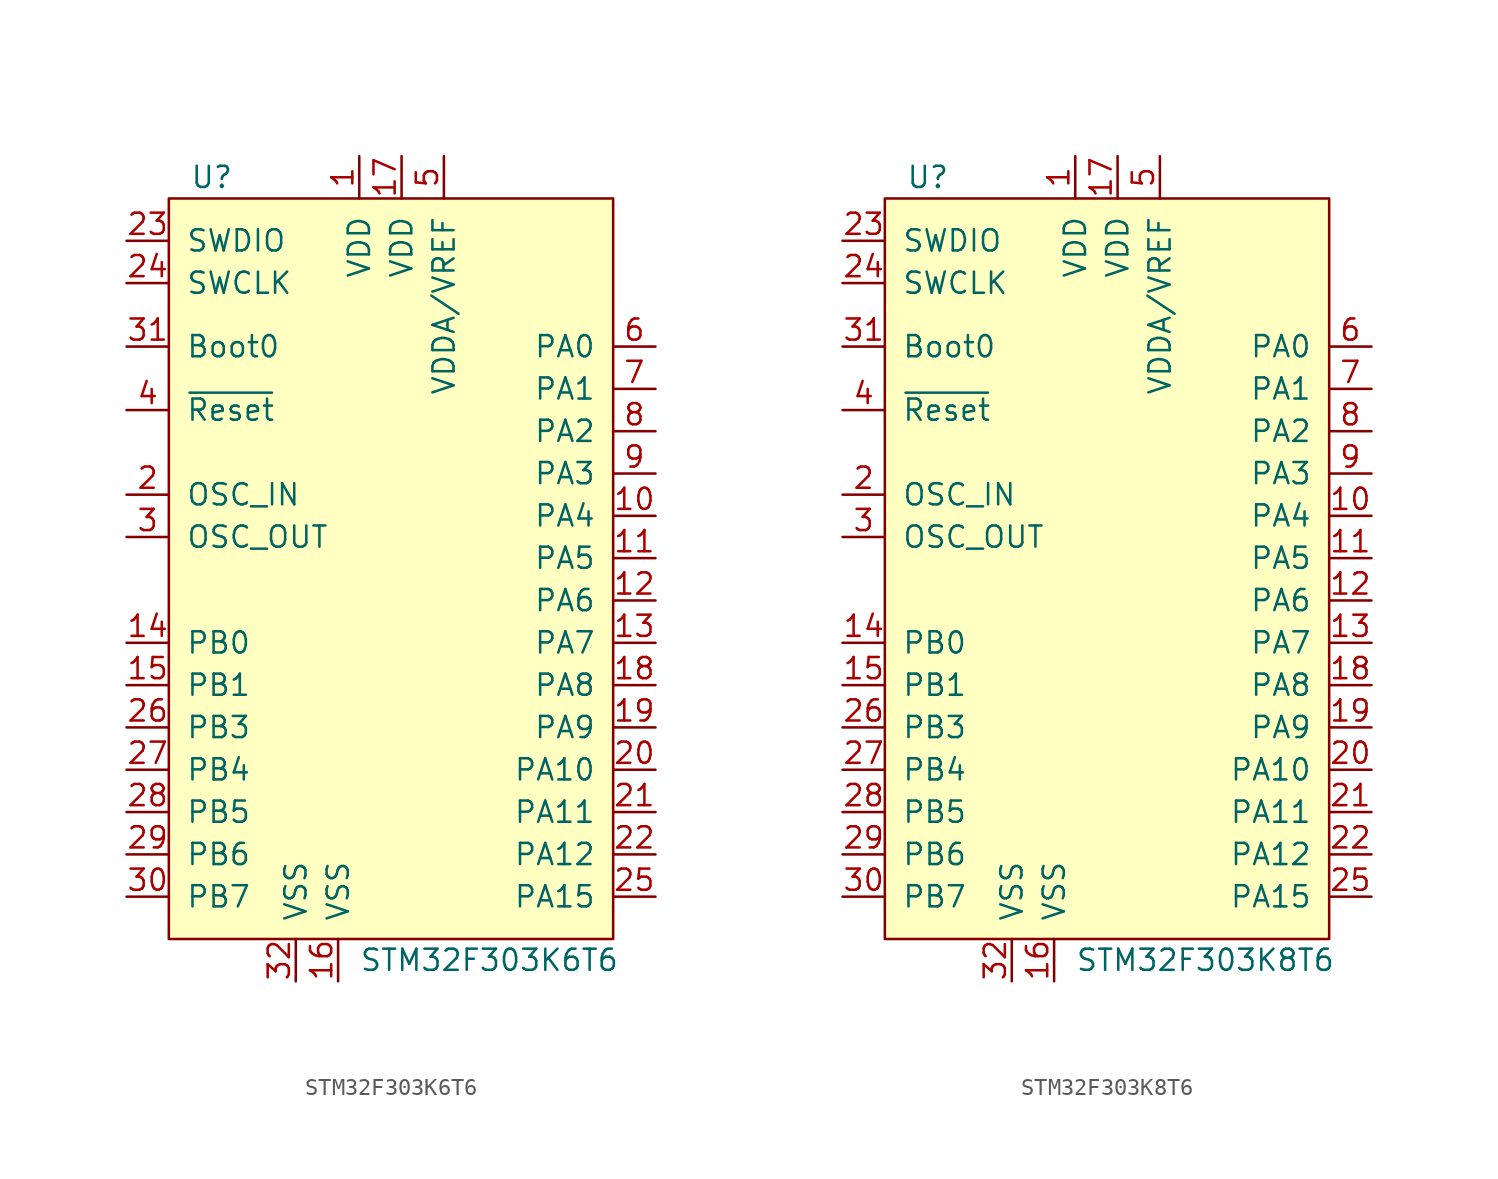
<source format=kicad_sym>
(kicad_symbol_lib
  (version 20231120)
  (generator "kicad_symbol_editor")
  (generator_version "8.0")
  (symbol "STM32F303K6T6"
    (pin_names
      (offset 1.016))
    (property "Reference" "U"
      (at -12.7 25.4 0)
      (effects (font (size 1.27 1.27)) (justify left)))
    (property "Value" "STM32F303K6T6"
      (at -2.54 -21.59 0)
      (effects (font (size 1.27 1.27)) (justify left)))
    (symbol "STM32F303K6T6_0_1"
      (rectangle (start -13.97 24.13) (end 12.7 -20.32) (stroke (width 0) (type default)) (fill (type background))))
    (symbol "STM32F303K6T6_1_1"
      (pin power_in line (at -2.54 26.67 270) (length 2.54) (name "VDD" (effects (font (size 1.27 1.27)))) (number "1" (effects (font (size 1.27 1.27)))))
      (pin bidirectional line (at 15.24 5.08 180) (length 2.54) (name "PA4" (effects (font (size 1.27 1.27)))) (number "10" (effects (font (size 1.27 1.27)))))
      (pin bidirectional line (at 15.24 2.54 180) (length 2.54) (name "PA5" (effects (font (size 1.27 1.27)))) (number "11" (effects (font (size 1.27 1.27)))))
      (pin bidirectional line (at 15.24 0 180) (length 2.54) (name "PA6" (effects (font (size 1.27 1.27)))) (number "12" (effects (font (size 1.27 1.27)))))
      (pin bidirectional line (at 15.24 -2.54 180) (length 2.54) (name "PA7" (effects (font (size 1.27 1.27)))) (number "13" (effects (font (size 1.27 1.27)))))
      (pin bidirectional line (at -16.51 -2.54 0) (length 2.54) (name "PB0" (effects (font (size 1.27 1.27)))) (number "14" (effects (font (size 1.27 1.27)))))
      (pin bidirectional line (at -16.51 -5.08 0) (length 2.54) (name "PB1" (effects (font (size 1.27 1.27)))) (number "15" (effects (font (size 1.27 1.27)))))
      (pin power_in line (at -3.81 -22.86 90) (length 2.54) (name "VSS" (effects (font (size 1.27 1.27)))) (number "16" (effects (font (size 1.27 1.27)))))
      (pin power_in line (at 0 26.67 270) (length 2.54) (name "VDD" (effects (font (size 1.27 1.27)))) (number "17" (effects (font (size 1.27 1.27)))))
      (pin bidirectional line (at 15.24 -5.08 180) (length 2.54) (name "PA8" (effects (font (size 1.27 1.27)))) (number "18" (effects (font (size 1.27 1.27)))))
      (pin bidirectional line (at 15.24 -7.62 180) (length 2.54) (name "PA9" (effects (font (size 1.27 1.27)))) (number "19" (effects (font (size 1.27 1.27)))))
      (pin input line (at -16.51 6.35 0) (length 2.54) (name "OSC_IN" (effects (font (size 1.27 1.27)))) (number "2" (effects (font (size 1.27 1.27)))))
      (pin bidirectional line (at 15.24 -10.16 180) (length 2.54) (name "PA10" (effects (font (size 1.27 1.27)))) (number "20" (effects (font (size 1.27 1.27)))))
      (pin bidirectional line (at 15.24 -12.7 180) (length 2.54) (name "PA11" (effects (font (size 1.27 1.27)))) (number "21" (effects (font (size 1.27 1.27)))))
      (pin bidirectional line (at 15.24 -15.24 180) (length 2.54) (name "PA12" (effects (font (size 1.27 1.27)))) (number "22" (effects (font (size 1.27 1.27)))))
      (pin input line (at -16.51 21.59 0) (length 2.54) (name "SWDIO" (effects (font (size 1.27 1.27)))) (number "23" (effects (font (size 1.27 1.27)))))
      (pin input line (at -16.51 19.05 0) (length 2.54) (name "SWCLK" (effects (font (size 1.27 1.27)))) (number "24" (effects (font (size 1.27 1.27)))))
      (pin bidirectional line (at 15.24 -17.78 180) (length 2.54) (name "PA15" (effects (font (size 1.27 1.27)))) (number "25" (effects (font (size 1.27 1.27)))))
      (pin bidirectional line (at -16.51 -7.62 0) (length 2.54) (name "PB3" (effects (font (size 1.27 1.27)))) (number "26" (effects (font (size 1.27 1.27)))))
      (pin bidirectional line (at -16.51 -10.16 0) (length 2.54) (name "PB4" (effects (font (size 1.27 1.27)))) (number "27" (effects (font (size 1.27 1.27)))))
      (pin bidirectional line (at -16.51 -12.7 0) (length 2.54) (name "PB5" (effects (font (size 1.27 1.27)))) (number "28" (effects (font (size 1.27 1.27)))))
      (pin bidirectional line (at -16.51 -15.24 0) (length 2.54) (name "PB6" (effects (font (size 1.27 1.27)))) (number "29" (effects (font (size 1.27 1.27)))))
      (pin output line (at -16.51 3.81 0) (length 2.54) (name "OSC_OUT" (effects (font (size 1.27 1.27)))) (number "3" (effects (font (size 1.27 1.27)))))
      (pin bidirectional line (at -16.51 -17.78 0) (length 2.54) (name "PB7" (effects (font (size 1.27 1.27)))) (number "30" (effects (font (size 1.27 1.27)))))
      (pin input line (at -16.51 15.24 0) (length 2.54) (name "Boot0" (effects (font (size 1.27 1.27)))) (number "31" (effects (font (size 1.27 1.27)))))
      (pin power_in line (at -6.35 -22.86 90) (length 2.54) (name "VSS" (effects (font (size 1.27 1.27)))) (number "32" (effects (font (size 1.27 1.27)))))
      (pin input line (at -16.51 11.43 0) (length 2.54) (name "~{Reset}" (effects (font (size 1.27 1.27)))) (number "4" (effects (font (size 1.27 1.27)))))
      (pin power_in line (at 2.54 26.67 270) (length 2.54) (name "VDDA/VREF" (effects (font (size 1.27 1.27)))) (number "5" (effects (font (size 1.27 1.27)))))
      (pin bidirectional line (at 15.24 15.24 180) (length 2.54) (name "PA0" (effects (font (size 1.27 1.27)))) (number "6" (effects (font (size 1.27 1.27)))))
      (pin bidirectional line (at 15.24 12.7 180) (length 2.54) (name "PA1" (effects (font (size 1.27 1.27)))) (number "7" (effects (font (size 1.27 1.27)))))
      (pin bidirectional line (at 15.24 10.16 180) (length 2.54) (name "PA2" (effects (font (size 1.27 1.27)))) (number "8" (effects (font (size 1.27 1.27)))))
      (pin bidirectional line (at 15.24 7.62 180) (length 2.54) (name "PA3" (effects (font (size 1.27 1.27)))) (number "9" (effects (font (size 1.27 1.27)))))))
  (symbol "STM32F303K8T6"
    (pin_names
      (offset 1.016))
    (property "Reference" "U"
      (at -12.7 25.4 0)
      (effects (font (size 1.27 1.27)) (justify left)))
    (property "Value" "STM32F303K8T6"
      (at -2.54 -21.59 0)
      (effects (font (size 1.27 1.27)) (justify left)))
    (symbol "STM32F303K8T6_0_1"
      (rectangle (start -13.97 24.13) (end 12.7 -20.32) (stroke (width 0) (type default)) (fill (type background))))
    (symbol "STM32F303K8T6_1_1"
      (pin power_in line (at -2.54 26.67 270) (length 2.54) (name "VDD" (effects (font (size 1.27 1.27)))) (number "1" (effects (font (size 1.27 1.27)))))
      (pin bidirectional line (at 15.24 5.08 180) (length 2.54) (name "PA4" (effects (font (size 1.27 1.27)))) (number "10" (effects (font (size 1.27 1.27)))))
      (pin bidirectional line (at 15.24 2.54 180) (length 2.54) (name "PA5" (effects (font (size 1.27 1.27)))) (number "11" (effects (font (size 1.27 1.27)))))
      (pin bidirectional line (at 15.24 0 180) (length 2.54) (name "PA6" (effects (font (size 1.27 1.27)))) (number "12" (effects (font (size 1.27 1.27)))))
      (pin bidirectional line (at 15.24 -2.54 180) (length 2.54) (name "PA7" (effects (font (size 1.27 1.27)))) (number "13" (effects (font (size 1.27 1.27)))))
      (pin bidirectional line (at -16.51 -2.54 0) (length 2.54) (name "PB0" (effects (font (size 1.27 1.27)))) (number "14" (effects (font (size 1.27 1.27)))))
      (pin bidirectional line (at -16.51 -5.08 0) (length 2.54) (name "PB1" (effects (font (size 1.27 1.27)))) (number "15" (effects (font (size 1.27 1.27)))))
      (pin power_in line (at -3.81 -22.86 90) (length 2.54) (name "VSS" (effects (font (size 1.27 1.27)))) (number "16" (effects (font (size 1.27 1.27)))))
      (pin power_in line (at 0 26.67 270) (length 2.54) (name "VDD" (effects (font (size 1.27 1.27)))) (number "17" (effects (font (size 1.27 1.27)))))
      (pin bidirectional line (at 15.24 -5.08 180) (length 2.54) (name "PA8" (effects (font (size 1.27 1.27)))) (number "18" (effects (font (size 1.27 1.27)))))
      (pin bidirectional line (at 15.24 -7.62 180) (length 2.54) (name "PA9" (effects (font (size 1.27 1.27)))) (number "19" (effects (font (size 1.27 1.27)))))
      (pin input line (at -16.51 6.35 0) (length 2.54) (name "OSC_IN" (effects (font (size 1.27 1.27)))) (number "2" (effects (font (size 1.27 1.27)))))
      (pin bidirectional line (at 15.24 -10.16 180) (length 2.54) (name "PA10" (effects (font (size 1.27 1.27)))) (number "20" (effects (font (size 1.27 1.27)))))
      (pin bidirectional line (at 15.24 -12.7 180) (length 2.54) (name "PA11" (effects (font (size 1.27 1.27)))) (number "21" (effects (font (size 1.27 1.27)))))
      (pin bidirectional line (at 15.24 -15.24 180) (length 2.54) (name "PA12" (effects (font (size 1.27 1.27)))) (number "22" (effects (font (size 1.27 1.27)))))
      (pin input line (at -16.51 21.59 0) (length 2.54) (name "SWDIO" (effects (font (size 1.27 1.27)))) (number "23" (effects (font (size 1.27 1.27)))))
      (pin input line (at -16.51 19.05 0) (length 2.54) (name "SWCLK" (effects (font (size 1.27 1.27)))) (number "24" (effects (font (size 1.27 1.27)))))
      (pin bidirectional line (at 15.24 -17.78 180) (length 2.54) (name "PA15" (effects (font (size 1.27 1.27)))) (number "25" (effects (font (size 1.27 1.27)))))
      (pin bidirectional line (at -16.51 -7.62 0) (length 2.54) (name "PB3" (effects (font (size 1.27 1.27)))) (number "26" (effects (font (size 1.27 1.27)))))
      (pin bidirectional line (at -16.51 -10.16 0) (length 2.54) (name "PB4" (effects (font (size 1.27 1.27)))) (number "27" (effects (font (size 1.27 1.27)))))
      (pin bidirectional line (at -16.51 -12.7 0) (length 2.54) (name "PB5" (effects (font (size 1.27 1.27)))) (number "28" (effects (font (size 1.27 1.27)))))
      (pin bidirectional line (at -16.51 -15.24 0) (length 2.54) (name "PB6" (effects (font (size 1.27 1.27)))) (number "29" (effects (font (size 1.27 1.27)))))
      (pin output line (at -16.51 3.81 0) (length 2.54) (name "OSC_OUT" (effects (font (size 1.27 1.27)))) (number "3" (effects (font (size 1.27 1.27)))))
      (pin bidirectional line (at -16.51 -17.78 0) (length 2.54) (name "PB7" (effects (font (size 1.27 1.27)))) (number "30" (effects (font (size 1.27 1.27)))))
      (pin input line (at -16.51 15.24 0) (length 2.54) (name "Boot0" (effects (font (size 1.27 1.27)))) (number "31" (effects (font (size 1.27 1.27)))))
      (pin power_in line (at -6.35 -22.86 90) (length 2.54) (name "VSS" (effects (font (size 1.27 1.27)))) (number "32" (effects (font (size 1.27 1.27)))))
      (pin input line (at -16.51 11.43 0) (length 2.54) (name "~{Reset}" (effects (font (size 1.27 1.27)))) (number "4" (effects (font (size 1.27 1.27)))))
      (pin power_in line (at 2.54 26.67 270) (length 2.54) (name "VDDA/VREF" (effects (font (size 1.27 1.27)))) (number "5" (effects (font (size 1.27 1.27)))))
      (pin bidirectional line (at 15.24 15.24 180) (length 2.54) (name "PA0" (effects (font (size 1.27 1.27)))) (number "6" (effects (font (size 1.27 1.27)))))
      (pin bidirectional line (at 15.24 12.7 180) (length 2.54) (name "PA1" (effects (font (size 1.27 1.27)))) (number "7" (effects (font (size 1.27 1.27)))))
      (pin bidirectional line (at 15.24 10.16 180) (length 2.54) (name "PA2" (effects (font (size 1.27 1.27)))) (number "8" (effects (font (size 1.27 1.27)))))
      (pin bidirectional line (at 15.24 7.62 180) (length 2.54) (name "PA3" (effects (font (size 1.27 1.27)))) (number "9" (effects (font (size 1.27 1.27))))))))
</source>
